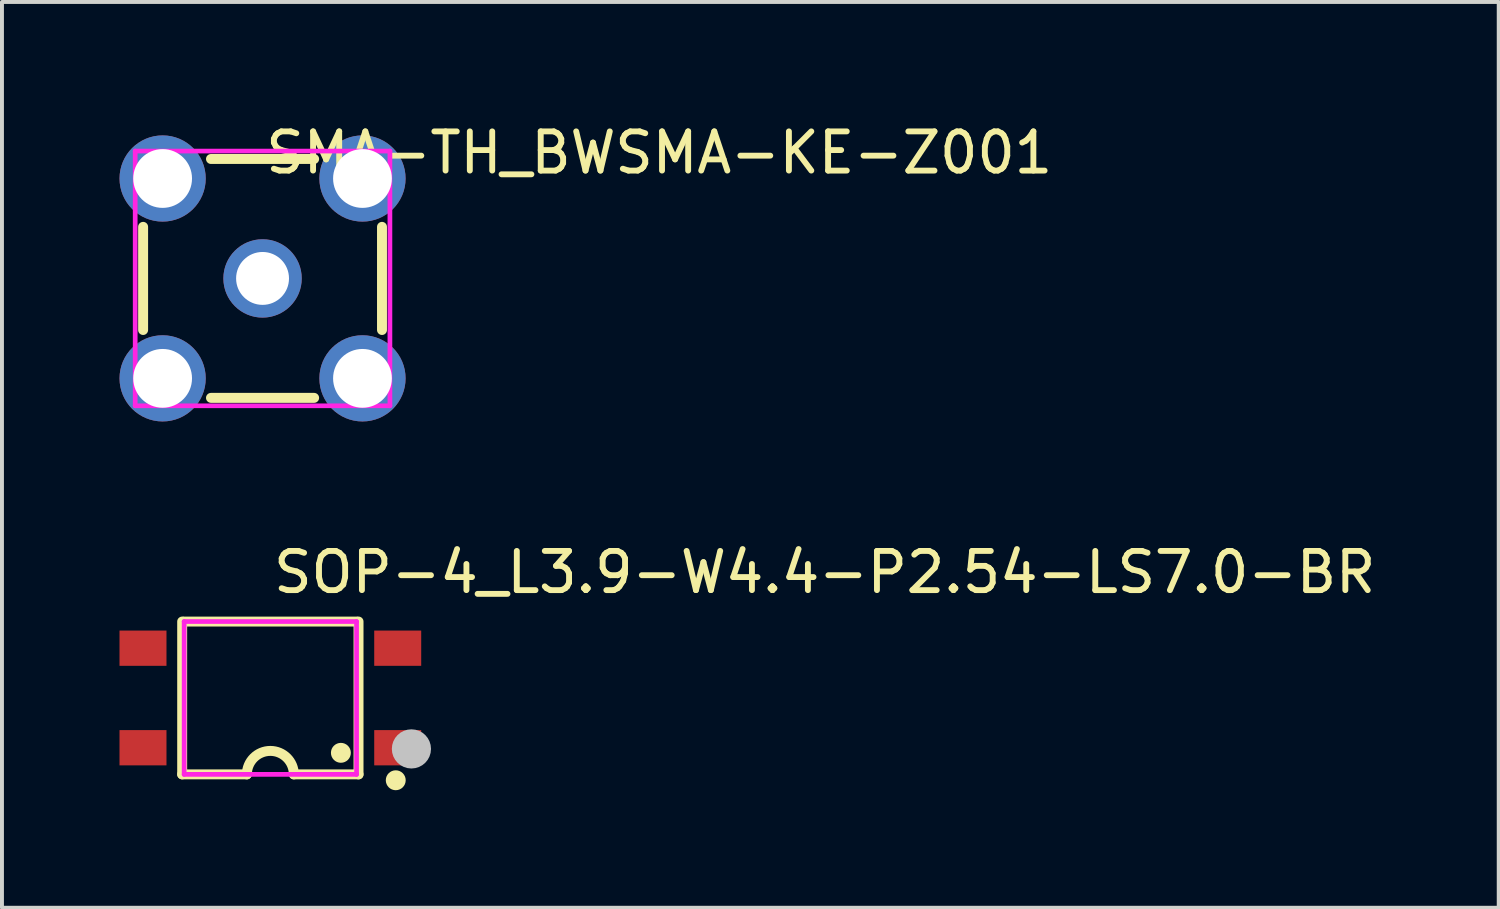
<source format=kicad_pcb>
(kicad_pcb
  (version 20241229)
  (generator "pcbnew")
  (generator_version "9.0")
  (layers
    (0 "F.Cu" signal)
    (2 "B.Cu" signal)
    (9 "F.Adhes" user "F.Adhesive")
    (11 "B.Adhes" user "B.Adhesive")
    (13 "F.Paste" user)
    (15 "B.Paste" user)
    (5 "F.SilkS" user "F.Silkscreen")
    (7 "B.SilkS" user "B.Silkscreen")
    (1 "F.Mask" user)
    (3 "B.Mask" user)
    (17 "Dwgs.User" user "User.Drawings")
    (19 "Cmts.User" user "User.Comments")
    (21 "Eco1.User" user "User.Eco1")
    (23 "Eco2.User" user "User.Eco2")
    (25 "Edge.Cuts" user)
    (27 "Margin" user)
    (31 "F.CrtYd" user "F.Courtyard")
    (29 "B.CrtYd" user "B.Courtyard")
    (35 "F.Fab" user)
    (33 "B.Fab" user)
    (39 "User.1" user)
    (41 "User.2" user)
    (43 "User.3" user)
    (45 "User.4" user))
  (footprint "SMA-TH_BWSMA-KE-Z001"
    (layer "F.Cu")
    (at 3.65 4.055)
    (property "Reference" "SMA-TH_BWSMA-KE-Z001" (at 0 -3.207 0) (layer "F.SilkS") (effects (font (size 1 1) (thickness 0.15)) (justify left)))
    (attr through_hole)
    (fp_line (start -3.048 -1.316) (end -3.048 1.316) (stroke (width 0.254) (type solid)) (layer "F.SilkS"))
    (fp_line (start -1.316 3.048) (end 1.316 3.048) (stroke (width 0.254) (type solid)) (layer "F.SilkS"))
    (fp_line (start 1.316 -3.048) (end -1.316 -3.048) (stroke (width 0.254) (type solid)) (layer "F.SilkS"))
    (fp_line (start 3.048 1.316) (end 3.048 -1.316) (stroke (width 0.254) (type solid)) (layer "F.SilkS"))
    (fp_circle (center -3.25 3.25) (end -3.22 3.25) (stroke (width 0.06) (type solid)) (fill no) (layer "Eco2.User"))
    (fp_circle (center 0 0) (end 0.212 0) (stroke (width 0.425) (type solid)) (fill no) (layer "Eco2.User"))
    (fp_poly (pts (xy -3 -3) (xy -2.1 -3) (xy -2.1 -2.1) (xy -3 -2.1)) (stroke (width 0.12) (type solid)) (fill no) (layer "Eco2.User"))
    (fp_poly (pts (xy -3 2.1) (xy -2.1 2.1) (xy -2.1 3) (xy -3 3)) (stroke (width 0.12) (type solid)) (fill no) (layer "Eco2.User"))
    (fp_poly (pts (xy 2.1 -3) (xy 3 -3) (xy 3 -2.1) (xy 2.1 -2.1)) (stroke (width 0.12) (type solid)) (fill no) (layer "Eco2.User"))
    (fp_poly (pts (xy 2.1 2.1) (xy 3 2.1) (xy 3 3) (xy 2.1 3)) (stroke (width 0.12) (type solid)) (fill no) (layer "Eco2.User"))
    (fp_line (start -3.25 -3.25) (end 3.25 -3.25) (stroke (width 0.12) (type solid)) (layer "F.CrtYd"))
    (fp_line (start -3.25 3.25) (end -3.25 -3.25) (stroke (width 0.12) (type solid)) (layer "F.CrtYd"))
    (fp_line (start 3.25 -3.25) (end 3.25 3.25) (stroke (width 0.12) (type solid)) (layer "F.CrtYd"))
    (fp_line (start 3.25 3.25) (end -3.25 3.25) (stroke (width 0.12) (type solid)) (layer "F.CrtYd"))
    (pad "1" thru_hole circle (at -2.55 2.55) (size 2.2 2.2) (drill 1.5) (layers "*.Cu" "*.Mask"))
    (pad "2" thru_hole circle (at -2.55 -2.55) (size 2.2 2.2) (drill 1.5) (layers "*.Cu" "*.Mask"))
    (pad "3" thru_hole circle (at 2.55 -2.55) (size 2.2 2.2) (drill 1.5) (layers "*.Cu" "*.Mask"))
    (pad "4" thru_hole circle (at 2.55 2.55) (size 2.2 2.2) (drill 1.5) (layers "*.Cu" "*.Mask"))
    (pad "5" thru_hole circle (at 0 0) (size 2 2) (drill 1.35) (layers "*.Cu" "*.Mask")))
  (footprint "SOP-4_L3.9-W4.4-P2.54-LS7.0-BR"
    (layer "F.Cu")
    (at 3.849 14.761)
    (property "Reference" "SOP-4_L3.9-W4.4-P2.54-LS7.0-BR" (at 0 -3.207 0) (layer "F.SilkS") (effects (font (size 1 1) (thickness 0.15)) (justify left)))
    (attr through_hole)
    (fp_line (start -2.25 1.95) (end -2.25 -1.95) (stroke (width 0.254) (type solid)) (layer "F.SilkS"))
    (fp_line (start -2.25 1.95) (end -0.6 1.95) (stroke (width 0.254) (type solid)) (layer "F.SilkS"))
    (fp_line (start -2.2 -1.95) (end 2.2 -1.95) (stroke (width 0.254) (type solid)) (layer "F.SilkS"))
    (fp_line (start 2.25 -1.95) (end 2.25 1.95) (stroke (width 0.254) (type solid)) (layer "F.SilkS"))
    (fp_line (start 2.25 1.95) (end 0.6 1.95) (stroke (width 0.254) (type solid)) (layer "F.SilkS"))
    (fp_arc (start -0.599 1.95) (mid 0 1.351) (end 0.599 1.95) (stroke (width 0.254) (type solid)) (layer "F.SilkS"))
    (fp_circle (center 1.8 1.4) (end 1.927 1.4) (stroke (width 0.254) (type solid)) (fill no) (layer "F.SilkS"))
    (fp_circle (center 3.2 2.1) (end 3.327 2.1) (stroke (width 0.254) (type solid)) (fill no) (layer "F.SilkS"))
    (fp_circle (center 3.6 1.3) (end 3.85 1.3) (stroke (width 0.5) (type solid)) (fill no) (layer "Dwgs.User"))
    (fp_line (start -3.01 -1.47) (end -2.19 -1.47) (stroke (width 0.12) (type solid)) (layer "Eco2.User"))
    (fp_line (start -3.01 -1.07) (end -3.01 -1.47) (stroke (width 0.12) (type solid)) (layer "Eco2.User"))
    (fp_line (start -3.01 1.07) (end -2.19 1.07) (stroke (width 0.12) (type solid)) (layer "Eco2.User"))
    (fp_line (start -3.01 1.47) (end -3.01 1.07) (stroke (width 0.12) (type solid)) (layer "Eco2.User"))
    (fp_line (start -2.19 -1.47) (end -2.19 -1.07) (stroke (width 0.12) (type solid)) (layer "Eco2.User"))
    (fp_line (start -2.19 -1.07) (end -3.01 -1.07) (stroke (width 0.12) (type solid)) (layer "Eco2.User"))
    (fp_line (start -2.19 1.07) (end -2.19 1.47) (stroke (width 0.12) (type solid)) (layer "Eco2.User"))
    (fp_line (start -2.19 1.47) (end -3.01 1.47) (stroke (width 0.12) (type solid)) (layer "Eco2.User"))
    (fp_line (start 2.19 -1.47) (end 3.01 -1.47) (stroke (width 0.12) (type solid)) (layer "Eco2.User"))
    (fp_line (start 2.19 -1.07) (end 2.19 -1.47) (stroke (width 0.12) (type solid)) (layer "Eco2.User"))
    (fp_line (start 2.19 1.07) (end 3.01 1.07) (stroke (width 0.12) (type solid)) (layer "Eco2.User"))
    (fp_line (start 2.19 1.47) (end 2.19 1.07) (stroke (width 0.12) (type solid)) (layer "Eco2.User"))
    (fp_line (start 3.01 -1.47) (end 3.01 -1.07) (stroke (width 0.12) (type solid)) (layer "Eco2.User"))
    (fp_line (start 3.01 -1.07) (end 2.19 -1.07) (stroke (width 0.12) (type solid)) (layer "Eco2.User"))
    (fp_line (start 3.01 1.07) (end 3.01 1.47) (stroke (width 0.12) (type solid)) (layer "Eco2.User"))
    (fp_line (start 3.01 1.47) (end 2.19 1.47) (stroke (width 0.12) (type solid)) (layer "Eco2.User"))
    (fp_circle (center 3.47 1.92) (end 3.5 1.92) (stroke (width 0.06) (type solid)) (fill no) (layer "Eco2.User"))
    (fp_poly (pts (xy -3.5 -1.07) (xy -3.5 -1.47) (xy -3 -1.47) (xy -3 -1.07)) (stroke (width 0.12) (type solid)) (fill no) (layer "Eco2.User"))
    (fp_poly (pts (xy -3.5 1.47) (xy -3.5 1.07) (xy -3 1.07) (xy -3 1.47)) (stroke (width 0.12) (type solid)) (fill no) (layer "Eco2.User"))
    (fp_poly (pts (xy 3 -1.07) (xy 3 -1.47) (xy 3.5 -1.47) (xy 3.5 -1.07)) (stroke (width 0.12) (type solid)) (fill no) (layer "Eco2.User"))
    (fp_poly (pts (xy 3 1.47) (xy 3 1.07) (xy 3.5 1.07) (xy 3.5 1.47)) (stroke (width 0.12) (type solid)) (fill no) (layer "Eco2.User"))
    (fp_line (start -2.2 -1.95) (end 2.2 -1.95) (stroke (width 0.12) (type solid)) (layer "F.CrtYd"))
    (fp_line (start -2.2 1.95) (end -2.2 -1.95) (stroke (width 0.12) (type solid)) (layer "F.CrtYd"))
    (fp_line (start 2.2 -1.95) (end 2.2 1.95) (stroke (width 0.12) (type solid)) (layer "F.CrtYd"))
    (fp_line (start 2.2 1.95) (end -2.2 1.95) (stroke (width 0.12) (type solid)) (layer "F.CrtYd"))
    (pad "1" smd rect (at 3.25 1.27 180) (size 1.199 0.9) (layers "F.Cu" "F.Mask" "F.Paste"))
    (pad "2" smd rect (at 3.25 -1.27 180) (size 1.199 0.9) (layers "F.Cu" "F.Mask" "F.Paste"))
    (pad "3" smd rect (at -3.25 -1.27 180) (size 1.199 0.9) (layers "F.Cu" "F.Mask" "F.Paste"))
    (pad "4" smd rect (at -3.25 1.27 180) (size 1.199 0.9) (layers "F.Cu" "F.Mask" "F.Paste")))
  (gr_rect
    (start -3 -3)
    (end 35.195 20.114)
    (stroke (width 0.1) (type default))
    (fill no)
    (layer "Edge.Cuts")))
</source>
